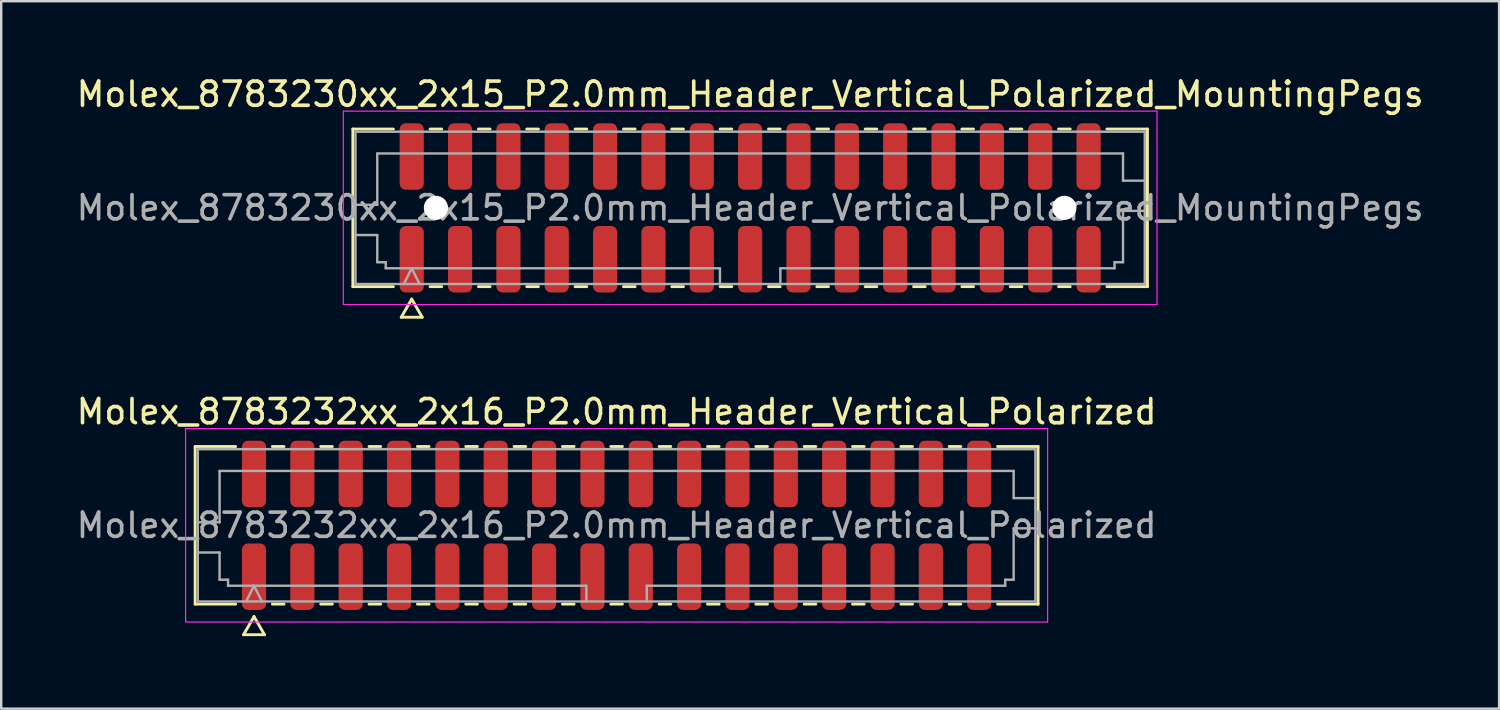
<source format=kicad_pcb>
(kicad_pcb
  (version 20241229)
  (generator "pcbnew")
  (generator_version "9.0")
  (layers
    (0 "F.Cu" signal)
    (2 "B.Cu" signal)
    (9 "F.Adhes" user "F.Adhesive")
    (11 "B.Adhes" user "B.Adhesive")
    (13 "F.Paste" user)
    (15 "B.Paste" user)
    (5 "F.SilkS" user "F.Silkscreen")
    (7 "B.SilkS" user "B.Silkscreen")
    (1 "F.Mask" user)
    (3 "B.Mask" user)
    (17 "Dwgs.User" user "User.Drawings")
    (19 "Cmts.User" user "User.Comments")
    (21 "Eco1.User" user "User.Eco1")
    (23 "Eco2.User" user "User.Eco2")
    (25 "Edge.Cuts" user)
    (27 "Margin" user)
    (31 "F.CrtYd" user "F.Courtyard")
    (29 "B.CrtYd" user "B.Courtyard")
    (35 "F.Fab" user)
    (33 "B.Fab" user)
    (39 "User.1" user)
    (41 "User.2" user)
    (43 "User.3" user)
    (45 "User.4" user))
  (footprint "Molex_8783230xx_2x15_P2.0mm_Header_Vertical_Polarized_MountingPegs"
    (layer "F.Cu")
    (at 27.982 5.548)
    (property "Reference" "Molex_8783230xx_2x15_P2.0mm_Header_Vertical_Polarized_MountingPegs" (at 0 -4.7 0) (layer "F.SilkS") (effects (font (size 1 1) (thickness 0.15))))
    (attr smd)
    (fp_line (start -16.435 -3.26) (end -14.76 -3.26) (stroke (width 0.12) (type solid)) (layer "F.SilkS"))
    (fp_line (start -16.435 3.26) (end -16.435 -3.26) (stroke (width 0.12) (type solid)) (layer "F.SilkS"))
    (fp_line (start -14.76 3.26) (end -16.435 3.26) (stroke (width 0.12) (type solid)) (layer "F.SilkS"))
    (fp_line (start -14.433 4.525) (end -14 3.775) (stroke (width 0.12) (type solid)) (layer "F.SilkS"))
    (fp_line (start -14 3.775) (end -13.567 4.525) (stroke (width 0.12) (type solid)) (layer "F.SilkS"))
    (fp_line (start -13.567 4.525) (end -14.433 4.525) (stroke (width 0.12) (type solid)) (layer "F.SilkS"))
    (fp_line (start -13.24 -3.26) (end -12.76 -3.26) (stroke (width 0.12) (type solid)) (layer "F.SilkS"))
    (fp_line (start -12.76 3.26) (end -13.24 3.26) (stroke (width 0.12) (type solid)) (layer "F.SilkS"))
    (fp_line (start -11.24 -3.26) (end -10.76 -3.26) (stroke (width 0.12) (type solid)) (layer "F.SilkS"))
    (fp_line (start -10.76 3.26) (end -11.24 3.26) (stroke (width 0.12) (type solid)) (layer "F.SilkS"))
    (fp_line (start -9.24 -3.26) (end -8.76 -3.26) (stroke (width 0.12) (type solid)) (layer "F.SilkS"))
    (fp_line (start -8.76 3.26) (end -9.24 3.26) (stroke (width 0.12) (type solid)) (layer "F.SilkS"))
    (fp_line (start -7.24 -3.26) (end -6.76 -3.26) (stroke (width 0.12) (type solid)) (layer "F.SilkS"))
    (fp_line (start -6.76 3.26) (end -7.24 3.26) (stroke (width 0.12) (type solid)) (layer "F.SilkS"))
    (fp_line (start -5.24 -3.26) (end -4.76 -3.26) (stroke (width 0.12) (type solid)) (layer "F.SilkS"))
    (fp_line (start -4.76 3.26) (end -5.24 3.26) (stroke (width 0.12) (type solid)) (layer "F.SilkS"))
    (fp_line (start -3.24 -3.26) (end -2.76 -3.26) (stroke (width 0.12) (type solid)) (layer "F.SilkS"))
    (fp_line (start -2.76 3.26) (end -3.24 3.26) (stroke (width 0.12) (type solid)) (layer "F.SilkS"))
    (fp_line (start -1.24 -3.26) (end -0.76 -3.26) (stroke (width 0.12) (type solid)) (layer "F.SilkS"))
    (fp_line (start -0.76 3.26) (end -1.24 3.26) (stroke (width 0.12) (type solid)) (layer "F.SilkS"))
    (fp_line (start 0.76 -3.26) (end 1.24 -3.26) (stroke (width 0.12) (type solid)) (layer "F.SilkS"))
    (fp_line (start 1.24 3.26) (end 0.76 3.26) (stroke (width 0.12) (type solid)) (layer "F.SilkS"))
    (fp_line (start 2.76 -3.26) (end 3.24 -3.26) (stroke (width 0.12) (type solid)) (layer "F.SilkS"))
    (fp_line (start 3.24 3.26) (end 2.76 3.26) (stroke (width 0.12) (type solid)) (layer "F.SilkS"))
    (fp_line (start 4.76 -3.26) (end 5.24 -3.26) (stroke (width 0.12) (type solid)) (layer "F.SilkS"))
    (fp_line (start 5.24 3.26) (end 4.76 3.26) (stroke (width 0.12) (type solid)) (layer "F.SilkS"))
    (fp_line (start 6.76 -3.26) (end 7.24 -3.26) (stroke (width 0.12) (type solid)) (layer "F.SilkS"))
    (fp_line (start 7.24 3.26) (end 6.76 3.26) (stroke (width 0.12) (type solid)) (layer "F.SilkS"))
    (fp_line (start 8.76 -3.26) (end 9.24 -3.26) (stroke (width 0.12) (type solid)) (layer "F.SilkS"))
    (fp_line (start 9.24 3.26) (end 8.76 3.26) (stroke (width 0.12) (type solid)) (layer "F.SilkS"))
    (fp_line (start 10.76 -3.26) (end 11.24 -3.26) (stroke (width 0.12) (type solid)) (layer "F.SilkS"))
    (fp_line (start 11.24 3.26) (end 10.76 3.26) (stroke (width 0.12) (type solid)) (layer "F.SilkS"))
    (fp_line (start 12.76 -3.26) (end 13.24 -3.26) (stroke (width 0.12) (type solid)) (layer "F.SilkS"))
    (fp_line (start 13.24 3.26) (end 12.76 3.26) (stroke (width 0.12) (type solid)) (layer "F.SilkS"))
    (fp_line (start 14.76 -3.26) (end 16.435 -3.26) (stroke (width 0.12) (type solid)) (layer "F.SilkS"))
    (fp_line (start 16.435 -3.26) (end 16.435 3.26) (stroke (width 0.12) (type solid)) (layer "F.SilkS"))
    (fp_line (start 16.435 3.26) (end 14.76 3.26) (stroke (width 0.12) (type solid)) (layer "F.SilkS"))
    (fp_line (start -16.83 -4) (end -16.83 4) (stroke (width 0.05) (type solid)) (layer "F.CrtYd"))
    (fp_line (start -16.83 4) (end 16.83 4) (stroke (width 0.05) (type solid)) (layer "F.CrtYd"))
    (fp_line (start 16.83 -4) (end -16.83 -4) (stroke (width 0.05) (type solid)) (layer "F.CrtYd"))
    (fp_line (start 16.83 4) (end 16.83 -4) (stroke (width 0.05) (type solid)) (layer "F.CrtYd"))
    (fp_line (start -16.325 -3.15) (end 16.325 -3.15) (stroke (width 0.1) (type solid)) (layer "F.Fab"))
    (fp_line (start -16.325 -0.125) (end -15.425 -0.125) (stroke (width 0.1) (type solid)) (layer "F.Fab"))
    (fp_line (start -16.325 1.125) (end -15.425 1.125) (stroke (width 0.1) (type solid)) (layer "F.Fab"))
    (fp_line (start -16.325 3.15) (end -16.325 -3.15) (stroke (width 0.1) (type solid)) (layer "F.Fab"))
    (fp_line (start -15.425 -2.25) (end 15.425 -2.25) (stroke (width 0.1) (type solid)) (layer "F.Fab"))
    (fp_line (start -15.425 -0.125) (end -15.425 -2.25) (stroke (width 0.1) (type solid)) (layer "F.Fab"))
    (fp_line (start -15.425 1.125) (end -15.425 2.25) (stroke (width 0.1) (type solid)) (layer "F.Fab"))
    (fp_line (start -15.425 2.25) (end -15.075 2.25) (stroke (width 0.1) (type solid)) (layer "F.Fab"))
    (fp_line (start -15.075 2.25) (end -15.075 2.5) (stroke (width 0.1) (type solid)) (layer "F.Fab"))
    (fp_line (start -15.075 2.5) (end -1.25 2.5) (stroke (width 0.1) (type solid)) (layer "F.Fab"))
    (fp_line (start -14.325 3.15) (end -14 2.5) (stroke (width 0.1) (type solid)) (layer "F.Fab"))
    (fp_line (start -14 2.5) (end -13.675 3.15) (stroke (width 0.1) (type solid)) (layer "F.Fab"))
    (fp_line (start -1.25 2.5) (end -1.25 3.15) (stroke (width 0.1) (type solid)) (layer "F.Fab"))
    (fp_line (start 1.25 2.5) (end 1.25 3.15) (stroke (width 0.1) (type solid)) (layer "F.Fab"))
    (fp_line (start 1.25 2.5) (end 15.075 2.5) (stroke (width 0.1) (type solid)) (layer "F.Fab"))
    (fp_line (start 15.075 2.25) (end 15.425 2.25) (stroke (width 0.1) (type solid)) (layer "F.Fab"))
    (fp_line (start 15.075 2.5) (end 15.075 2.25) (stroke (width 0.1) (type solid)) (layer "F.Fab"))
    (fp_line (start 15.425 -2.25) (end 15.425 -1.125) (stroke (width 0.1) (type solid)) (layer "F.Fab"))
    (fp_line (start 15.425 -1.125) (end 16.325 -1.125) (stroke (width 0.1) (type solid)) (layer "F.Fab"))
    (fp_line (start 15.425 0.125) (end 16.325 0.125) (stroke (width 0.1) (type solid)) (layer "F.Fab"))
    (fp_line (start 15.425 2.25) (end 15.425 0.125) (stroke (width 0.1) (type solid)) (layer "F.Fab"))
    (fp_line (start 16.325 -3.15) (end 16.325 3.15) (stroke (width 0.1) (type solid)) (layer "F.Fab"))
    (fp_line (start 16.325 3.15) (end -16.325 3.15) (stroke (width 0.1) (type solid)) (layer "F.Fab"))
    (fp_text user "${REFERENCE}" (at 0 0 0) (layer "F.Fab") (effects (font (size 1 1) (thickness 0.15))))
    (pad "" np_thru_hole circle (at -13 0) (size 1 1) (drill 1) (layers "*.Cu" "*.Mask"))
    (pad "" np_thru_hole circle (at 13 0) (size 1 1) (drill 1) (layers "*.Cu" "*.Mask"))
    (pad "1" smd roundrect (at -14 2.125) (size 1 2.75) (layers "F.Cu" "F.Mask" "F.Paste") (roundrect_rratio 0.25))
    (pad "2" smd roundrect (at -14 -2.125) (size 1 2.75) (layers "F.Cu" "F.Mask" "F.Paste") (roundrect_rratio 0.25))
    (pad "3" smd roundrect (at -12 2.125) (size 1 2.75) (layers "F.Cu" "F.Mask" "F.Paste") (roundrect_rratio 0.25))
    (pad "4" smd roundrect (at -12 -2.125) (size 1 2.75) (layers "F.Cu" "F.Mask" "F.Paste") (roundrect_rratio 0.25))
    (pad "5" smd roundrect (at -10 2.125) (size 1 2.75) (layers "F.Cu" "F.Mask" "F.Paste") (roundrect_rratio 0.25))
    (pad "6" smd roundrect (at -10 -2.125) (size 1 2.75) (layers "F.Cu" "F.Mask" "F.Paste") (roundrect_rratio 0.25))
    (pad "7" smd roundrect (at -8 2.125) (size 1 2.75) (layers "F.Cu" "F.Mask" "F.Paste") (roundrect_rratio 0.25))
    (pad "8" smd roundrect (at -8 -2.125) (size 1 2.75) (layers "F.Cu" "F.Mask" "F.Paste") (roundrect_rratio 0.25))
    (pad "9" smd roundrect (at -6 2.125) (size 1 2.75) (layers "F.Cu" "F.Mask" "F.Paste") (roundrect_rratio 0.25))
    (pad "10" smd roundrect (at -6 -2.125) (size 1 2.75) (layers "F.Cu" "F.Mask" "F.Paste") (roundrect_rratio 0.25))
    (pad "11" smd roundrect (at -4 2.125) (size 1 2.75) (layers "F.Cu" "F.Mask" "F.Paste") (roundrect_rratio 0.25))
    (pad "12" smd roundrect (at -4 -2.125) (size 1 2.75) (layers "F.Cu" "F.Mask" "F.Paste") (roundrect_rratio 0.25))
    (pad "13" smd roundrect (at -2 2.125) (size 1 2.75) (layers "F.Cu" "F.Mask" "F.Paste") (roundrect_rratio 0.25))
    (pad "14" smd roundrect (at -2 -2.125) (size 1 2.75) (layers "F.Cu" "F.Mask" "F.Paste") (roundrect_rratio 0.25))
    (pad "15" smd roundrect (at 0 2.125) (size 1 2.75) (layers "F.Cu" "F.Mask" "F.Paste") (roundrect_rratio 0.25))
    (pad "16" smd roundrect (at 0 -2.125) (size 1 2.75) (layers "F.Cu" "F.Mask" "F.Paste") (roundrect_rratio 0.25))
    (pad "17" smd roundrect (at 2 2.125) (size 1 2.75) (layers "F.Cu" "F.Mask" "F.Paste") (roundrect_rratio 0.25))
    (pad "18" smd roundrect (at 2 -2.125) (size 1 2.75) (layers "F.Cu" "F.Mask" "F.Paste") (roundrect_rratio 0.25))
    (pad "19" smd roundrect (at 4 2.125) (size 1 2.75) (layers "F.Cu" "F.Mask" "F.Paste") (roundrect_rratio 0.25))
    (pad "20" smd roundrect (at 4 -2.125) (size 1 2.75) (layers "F.Cu" "F.Mask" "F.Paste") (roundrect_rratio 0.25))
    (pad "21" smd roundrect (at 6 2.125) (size 1 2.75) (layers "F.Cu" "F.Mask" "F.Paste") (roundrect_rratio 0.25))
    (pad "22" smd roundrect (at 6 -2.125) (size 1 2.75) (layers "F.Cu" "F.Mask" "F.Paste") (roundrect_rratio 0.25))
    (pad "23" smd roundrect (at 8 2.125) (size 1 2.75) (layers "F.Cu" "F.Mask" "F.Paste") (roundrect_rratio 0.25))
    (pad "24" smd roundrect (at 8 -2.125) (size 1 2.75) (layers "F.Cu" "F.Mask" "F.Paste") (roundrect_rratio 0.25))
    (pad "25" smd roundrect (at 10 2.125) (size 1 2.75) (layers "F.Cu" "F.Mask" "F.Paste") (roundrect_rratio 0.25))
    (pad "26" smd roundrect (at 10 -2.125) (size 1 2.75) (layers "F.Cu" "F.Mask" "F.Paste") (roundrect_rratio 0.25))
    (pad "27" smd roundrect (at 12 2.125) (size 1 2.75) (layers "F.Cu" "F.Mask" "F.Paste") (roundrect_rratio 0.25))
    (pad "28" smd roundrect (at 12 -2.125) (size 1 2.75) (layers "F.Cu" "F.Mask" "F.Paste") (roundrect_rratio 0.25))
    (pad "29" smd roundrect (at 14 2.125) (size 1 2.75) (layers "F.Cu" "F.Mask" "F.Paste") (roundrect_rratio 0.25))
    (pad "30" smd roundrect (at 14 -2.125) (size 1 2.75) (layers "F.Cu" "F.Mask" "F.Paste") (roundrect_rratio 0.25)))
  (footprint "Molex_8783232xx_2x16_P2.0mm_Header_Vertical_Polarized"
    (layer "F.Cu")
    (at 22.458 18.681)
    (property "Reference" "Molex_8783232xx_2x16_P2.0mm_Header_Vertical_Polarized" (at 0 -4.7 0) (layer "F.SilkS") (effects (font (size 1 1) (thickness 0.15))))
    (attr smd)
    (fp_line (start -17.435 -3.26) (end -15.76 -3.26) (stroke (width 0.12) (type solid)) (layer "F.SilkS"))
    (fp_line (start -17.435 3.26) (end -17.435 -3.26) (stroke (width 0.12) (type solid)) (layer "F.SilkS"))
    (fp_line (start -15.76 3.26) (end -17.435 3.26) (stroke (width 0.12) (type solid)) (layer "F.SilkS"))
    (fp_line (start -15.433 4.525) (end -15 3.775) (stroke (width 0.12) (type solid)) (layer "F.SilkS"))
    (fp_line (start -15 3.775) (end -14.567 4.525) (stroke (width 0.12) (type solid)) (layer "F.SilkS"))
    (fp_line (start -14.567 4.525) (end -15.433 4.525) (stroke (width 0.12) (type solid)) (layer "F.SilkS"))
    (fp_line (start -14.24 -3.26) (end -13.76 -3.26) (stroke (width 0.12) (type solid)) (layer "F.SilkS"))
    (fp_line (start -13.76 3.26) (end -14.24 3.26) (stroke (width 0.12) (type solid)) (layer "F.SilkS"))
    (fp_line (start -12.24 -3.26) (end -11.76 -3.26) (stroke (width 0.12) (type solid)) (layer "F.SilkS"))
    (fp_line (start -11.76 3.26) (end -12.24 3.26) (stroke (width 0.12) (type solid)) (layer "F.SilkS"))
    (fp_line (start -10.24 -3.26) (end -9.76 -3.26) (stroke (width 0.12) (type solid)) (layer "F.SilkS"))
    (fp_line (start -9.76 3.26) (end -10.24 3.26) (stroke (width 0.12) (type solid)) (layer "F.SilkS"))
    (fp_line (start -8.24 -3.26) (end -7.76 -3.26) (stroke (width 0.12) (type solid)) (layer "F.SilkS"))
    (fp_line (start -7.76 3.26) (end -8.24 3.26) (stroke (width 0.12) (type solid)) (layer "F.SilkS"))
    (fp_line (start -6.24 -3.26) (end -5.76 -3.26) (stroke (width 0.12) (type solid)) (layer "F.SilkS"))
    (fp_line (start -5.76 3.26) (end -6.24 3.26) (stroke (width 0.12) (type solid)) (layer "F.SilkS"))
    (fp_line (start -4.24 -3.26) (end -3.76 -3.26) (stroke (width 0.12) (type solid)) (layer "F.SilkS"))
    (fp_line (start -3.76 3.26) (end -4.24 3.26) (stroke (width 0.12) (type solid)) (layer "F.SilkS"))
    (fp_line (start -2.24 -3.26) (end -1.76 -3.26) (stroke (width 0.12) (type solid)) (layer "F.SilkS"))
    (fp_line (start -1.76 3.26) (end -2.24 3.26) (stroke (width 0.12) (type solid)) (layer "F.SilkS"))
    (fp_line (start -0.24 -3.26) (end 0.24 -3.26) (stroke (width 0.12) (type solid)) (layer "F.SilkS"))
    (fp_line (start 0.24 3.26) (end -0.24 3.26) (stroke (width 0.12) (type solid)) (layer "F.SilkS"))
    (fp_line (start 1.76 -3.26) (end 2.24 -3.26) (stroke (width 0.12) (type solid)) (layer "F.SilkS"))
    (fp_line (start 2.24 3.26) (end 1.76 3.26) (stroke (width 0.12) (type solid)) (layer "F.SilkS"))
    (fp_line (start 3.76 -3.26) (end 4.24 -3.26) (stroke (width 0.12) (type solid)) (layer "F.SilkS"))
    (fp_line (start 4.24 3.26) (end 3.76 3.26) (stroke (width 0.12) (type solid)) (layer "F.SilkS"))
    (fp_line (start 5.76 -3.26) (end 6.24 -3.26) (stroke (width 0.12) (type solid)) (layer "F.SilkS"))
    (fp_line (start 6.24 3.26) (end 5.76 3.26) (stroke (width 0.12) (type solid)) (layer "F.SilkS"))
    (fp_line (start 7.76 -3.26) (end 8.24 -3.26) (stroke (width 0.12) (type solid)) (layer "F.SilkS"))
    (fp_line (start 8.24 3.26) (end 7.76 3.26) (stroke (width 0.12) (type solid)) (layer "F.SilkS"))
    (fp_line (start 9.76 -3.26) (end 10.24 -3.26) (stroke (width 0.12) (type solid)) (layer "F.SilkS"))
    (fp_line (start 10.24 3.26) (end 9.76 3.26) (stroke (width 0.12) (type solid)) (layer "F.SilkS"))
    (fp_line (start 11.76 -3.26) (end 12.24 -3.26) (stroke (width 0.12) (type solid)) (layer "F.SilkS"))
    (fp_line (start 12.24 3.26) (end 11.76 3.26) (stroke (width 0.12) (type solid)) (layer "F.SilkS"))
    (fp_line (start 13.76 -3.26) (end 14.24 -3.26) (stroke (width 0.12) (type solid)) (layer "F.SilkS"))
    (fp_line (start 14.24 3.26) (end 13.76 3.26) (stroke (width 0.12) (type solid)) (layer "F.SilkS"))
    (fp_line (start 15.76 -3.26) (end 17.435 -3.26) (stroke (width 0.12) (type solid)) (layer "F.SilkS"))
    (fp_line (start 17.435 -3.26) (end 17.435 3.26) (stroke (width 0.12) (type solid)) (layer "F.SilkS"))
    (fp_line (start 17.435 3.26) (end 15.76 3.26) (stroke (width 0.12) (type solid)) (layer "F.SilkS"))
    (fp_line (start -17.83 -4) (end -17.83 4) (stroke (width 0.05) (type solid)) (layer "F.CrtYd"))
    (fp_line (start -17.83 4) (end 17.83 4) (stroke (width 0.05) (type solid)) (layer "F.CrtYd"))
    (fp_line (start 17.83 -4) (end -17.83 -4) (stroke (width 0.05) (type solid)) (layer "F.CrtYd"))
    (fp_line (start 17.83 4) (end 17.83 -4) (stroke (width 0.05) (type solid)) (layer "F.CrtYd"))
    (fp_line (start -17.325 -3.15) (end 17.325 -3.15) (stroke (width 0.1) (type solid)) (layer "F.Fab"))
    (fp_line (start -17.325 -0.125) (end -16.425 -0.125) (stroke (width 0.1) (type solid)) (layer "F.Fab"))
    (fp_line (start -17.325 1.125) (end -16.425 1.125) (stroke (width 0.1) (type solid)) (layer "F.Fab"))
    (fp_line (start -17.325 3.15) (end -17.325 -3.15) (stroke (width 0.1) (type solid)) (layer "F.Fab"))
    (fp_line (start -16.425 -2.25) (end 16.425 -2.25) (stroke (width 0.1) (type solid)) (layer "F.Fab"))
    (fp_line (start -16.425 -0.125) (end -16.425 -2.25) (stroke (width 0.1) (type solid)) (layer "F.Fab"))
    (fp_line (start -16.425 1.125) (end -16.425 2.25) (stroke (width 0.1) (type solid)) (layer "F.Fab"))
    (fp_line (start -16.425 2.25) (end -16.075 2.25) (stroke (width 0.1) (type solid)) (layer "F.Fab"))
    (fp_line (start -16.075 2.25) (end -16.075 2.5) (stroke (width 0.1) (type solid)) (layer "F.Fab"))
    (fp_line (start -16.075 2.5) (end -1.25 2.5) (stroke (width 0.1) (type solid)) (layer "F.Fab"))
    (fp_line (start -15.325 3.15) (end -15 2.5) (stroke (width 0.1) (type solid)) (layer "F.Fab"))
    (fp_line (start -15 2.5) (end -14.675 3.15) (stroke (width 0.1) (type solid)) (layer "F.Fab"))
    (fp_line (start -1.25 2.5) (end -1.25 3.15) (stroke (width 0.1) (type solid)) (layer "F.Fab"))
    (fp_line (start 1.25 2.5) (end 1.25 3.15) (stroke (width 0.1) (type solid)) (layer "F.Fab"))
    (fp_line (start 1.25 2.5) (end 16.075 2.5) (stroke (width 0.1) (type solid)) (layer "F.Fab"))
    (fp_line (start 16.075 2.25) (end 16.425 2.25) (stroke (width 0.1) (type solid)) (layer "F.Fab"))
    (fp_line (start 16.075 2.5) (end 16.075 2.25) (stroke (width 0.1) (type solid)) (layer "F.Fab"))
    (fp_line (start 16.425 -2.25) (end 16.425 -1.125) (stroke (width 0.1) (type solid)) (layer "F.Fab"))
    (fp_line (start 16.425 -1.125) (end 17.325 -1.125) (stroke (width 0.1) (type solid)) (layer "F.Fab"))
    (fp_line (start 16.425 0.125) (end 17.325 0.125) (stroke (width 0.1) (type solid)) (layer "F.Fab"))
    (fp_line (start 16.425 2.25) (end 16.425 0.125) (stroke (width 0.1) (type solid)) (layer "F.Fab"))
    (fp_line (start 17.325 -3.15) (end 17.325 3.15) (stroke (width 0.1) (type solid)) (layer "F.Fab"))
    (fp_line (start 17.325 3.15) (end -17.325 3.15) (stroke (width 0.1) (type solid)) (layer "F.Fab"))
    (fp_text user "${REFERENCE}" (at 0 0 0) (layer "F.Fab") (effects (font (size 1 1) (thickness 0.15))))
    (pad "1" smd roundrect (at -15 2.125) (size 1 2.75) (layers "F.Cu" "F.Mask" "F.Paste") (roundrect_rratio 0.25))
    (pad "2" smd roundrect (at -15 -2.125) (size 1 2.75) (layers "F.Cu" "F.Mask" "F.Paste") (roundrect_rratio 0.25))
    (pad "3" smd roundrect (at -13 2.125) (size 1 2.75) (layers "F.Cu" "F.Mask" "F.Paste") (roundrect_rratio 0.25))
    (pad "4" smd roundrect (at -13 -2.125) (size 1 2.75) (layers "F.Cu" "F.Mask" "F.Paste") (roundrect_rratio 0.25))
    (pad "5" smd roundrect (at -11 2.125) (size 1 2.75) (layers "F.Cu" "F.Mask" "F.Paste") (roundrect_rratio 0.25))
    (pad "6" smd roundrect (at -11 -2.125) (size 1 2.75) (layers "F.Cu" "F.Mask" "F.Paste") (roundrect_rratio 0.25))
    (pad "7" smd roundrect (at -9 2.125) (size 1 2.75) (layers "F.Cu" "F.Mask" "F.Paste") (roundrect_rratio 0.25))
    (pad "8" smd roundrect (at -9 -2.125) (size 1 2.75) (layers "F.Cu" "F.Mask" "F.Paste") (roundrect_rratio 0.25))
    (pad "9" smd roundrect (at -7 2.125) (size 1 2.75) (layers "F.Cu" "F.Mask" "F.Paste") (roundrect_rratio 0.25))
    (pad "10" smd roundrect (at -7 -2.125) (size 1 2.75) (layers "F.Cu" "F.Mask" "F.Paste") (roundrect_rratio 0.25))
    (pad "11" smd roundrect (at -5 2.125) (size 1 2.75) (layers "F.Cu" "F.Mask" "F.Paste") (roundrect_rratio 0.25))
    (pad "12" smd roundrect (at -5 -2.125) (size 1 2.75) (layers "F.Cu" "F.Mask" "F.Paste") (roundrect_rratio 0.25))
    (pad "13" smd roundrect (at -3 2.125) (size 1 2.75) (layers "F.Cu" "F.Mask" "F.Paste") (roundrect_rratio 0.25))
    (pad "14" smd roundrect (at -3 -2.125) (size 1 2.75) (layers "F.Cu" "F.Mask" "F.Paste") (roundrect_rratio 0.25))
    (pad "15" smd roundrect (at -1 2.125) (size 1 2.75) (layers "F.Cu" "F.Mask" "F.Paste") (roundrect_rratio 0.25))
    (pad "16" smd roundrect (at -1 -2.125) (size 1 2.75) (layers "F.Cu" "F.Mask" "F.Paste") (roundrect_rratio 0.25))
    (pad "17" smd roundrect (at 1 2.125) (size 1 2.75) (layers "F.Cu" "F.Mask" "F.Paste") (roundrect_rratio 0.25))
    (pad "18" smd roundrect (at 1 -2.125) (size 1 2.75) (layers "F.Cu" "F.Mask" "F.Paste") (roundrect_rratio 0.25))
    (pad "19" smd roundrect (at 3 2.125) (size 1 2.75) (layers "F.Cu" "F.Mask" "F.Paste") (roundrect_rratio 0.25))
    (pad "20" smd roundrect (at 3 -2.125) (size 1 2.75) (layers "F.Cu" "F.Mask" "F.Paste") (roundrect_rratio 0.25))
    (pad "21" smd roundrect (at 5 2.125) (size 1 2.75) (layers "F.Cu" "F.Mask" "F.Paste") (roundrect_rratio 0.25))
    (pad "22" smd roundrect (at 5 -2.125) (size 1 2.75) (layers "F.Cu" "F.Mask" "F.Paste") (roundrect_rratio 0.25))
    (pad "23" smd roundrect (at 7 2.125) (size 1 2.75) (layers "F.Cu" "F.Mask" "F.Paste") (roundrect_rratio 0.25))
    (pad "24" smd roundrect (at 7 -2.125) (size 1 2.75) (layers "F.Cu" "F.Mask" "F.Paste") (roundrect_rratio 0.25))
    (pad "25" smd roundrect (at 9 2.125) (size 1 2.75) (layers "F.Cu" "F.Mask" "F.Paste") (roundrect_rratio 0.25))
    (pad "26" smd roundrect (at 9 -2.125) (size 1 2.75) (layers "F.Cu" "F.Mask" "F.Paste") (roundrect_rratio 0.25))
    (pad "27" smd roundrect (at 11 2.125) (size 1 2.75) (layers "F.Cu" "F.Mask" "F.Paste") (roundrect_rratio 0.25))
    (pad "28" smd roundrect (at 11 -2.125) (size 1 2.75) (layers "F.Cu" "F.Mask" "F.Paste") (roundrect_rratio 0.25))
    (pad "29" smd roundrect (at 13 2.125) (size 1 2.75) (layers "F.Cu" "F.Mask" "F.Paste") (roundrect_rratio 0.25))
    (pad "30" smd roundrect (at 13 -2.125) (size 1 2.75) (layers "F.Cu" "F.Mask" "F.Paste") (roundrect_rratio 0.25))
    (pad "31" smd roundrect (at 15 2.125) (size 1 2.75) (layers "F.Cu" "F.Mask" "F.Paste") (roundrect_rratio 0.25))
    (pad "32" smd roundrect (at 15 -2.125) (size 1 2.75) (layers "F.Cu" "F.Mask" "F.Paste") (roundrect_rratio 0.25)))
  (gr_rect
    (start -3 -3)
    (end 58.964 26.267)
    (stroke (width 0.1) (type default))
    (fill no)
    (layer "Edge.Cuts")))
</source>
